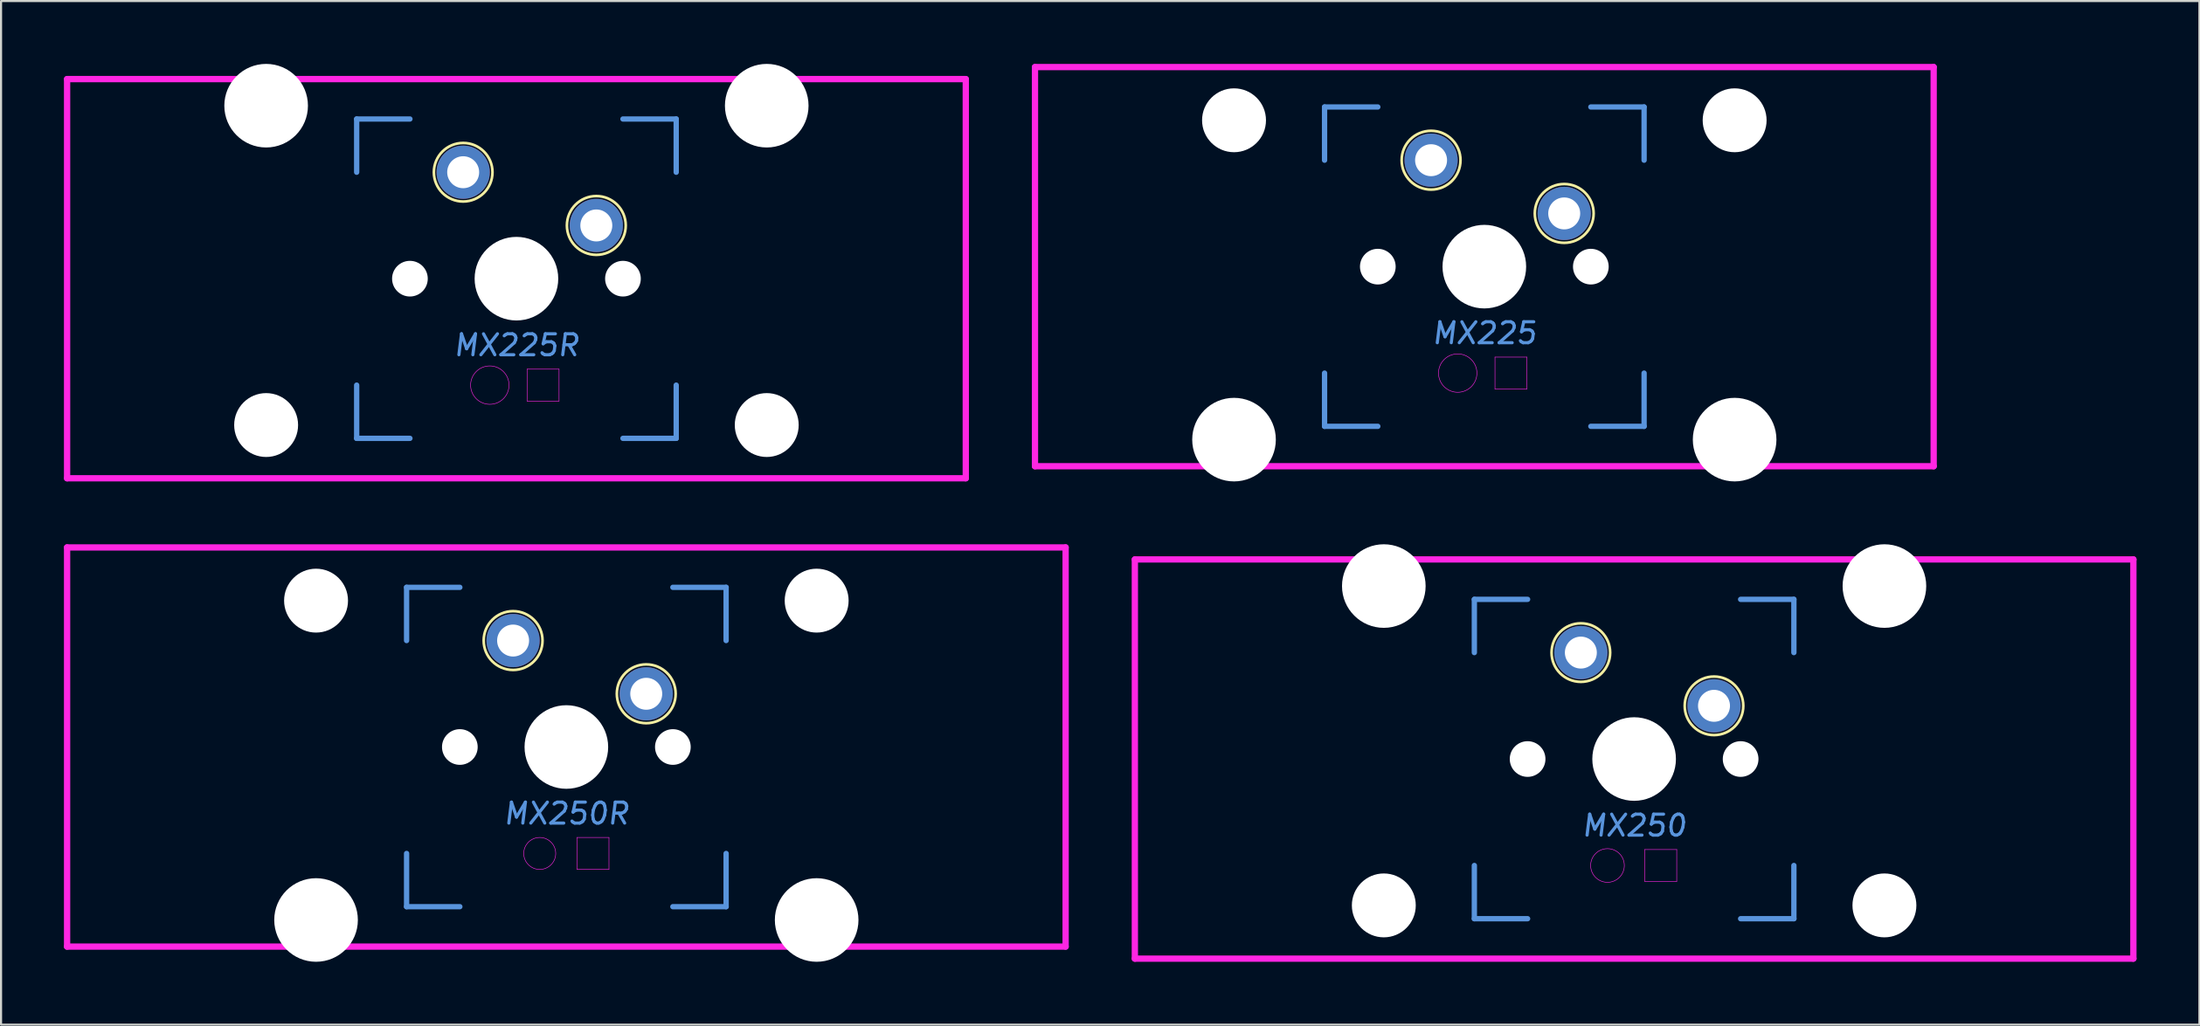
<source format=kicad_pcb>
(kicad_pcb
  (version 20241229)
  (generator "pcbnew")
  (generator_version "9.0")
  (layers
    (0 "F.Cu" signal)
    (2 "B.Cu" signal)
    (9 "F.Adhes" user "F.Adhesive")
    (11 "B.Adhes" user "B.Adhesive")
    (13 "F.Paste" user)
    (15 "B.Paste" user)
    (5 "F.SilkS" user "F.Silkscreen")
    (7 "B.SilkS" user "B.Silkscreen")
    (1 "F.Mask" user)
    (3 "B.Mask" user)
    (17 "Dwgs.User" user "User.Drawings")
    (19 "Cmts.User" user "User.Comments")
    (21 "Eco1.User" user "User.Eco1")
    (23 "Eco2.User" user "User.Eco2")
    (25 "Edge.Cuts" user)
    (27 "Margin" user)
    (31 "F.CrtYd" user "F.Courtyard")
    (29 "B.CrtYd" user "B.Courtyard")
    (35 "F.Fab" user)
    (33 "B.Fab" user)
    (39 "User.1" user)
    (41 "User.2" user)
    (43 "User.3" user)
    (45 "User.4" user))
  (footprint "MX250R"
    (layer "F.Cu")
    (at 23.962 32.599)
    (property "Reference" "MX250R" (at 0 3.175 0) (layer "Cmts.User") (effects (font (size 1 1) (thickness 0.15) (italic yes))))
    (attr through_hole)
    (fp_circle (center -2.54 -5.08) (end -1.143 -4.953) (stroke (width 0.127) (type solid)) (fill no) (layer "F.SilkS"))
    (fp_circle (center 3.81 -2.54) (end 5.207 -2.413) (stroke (width 0.127) (type solid)) (fill no) (layer "F.SilkS"))
    (fp_line (start -7.62 -7.62) (end -7.62 -5.08) (stroke (width 0.254) (type solid)) (layer "Cmts.User"))
    (fp_line (start -7.62 -7.62) (end -5.08 -7.62) (stroke (width 0.254) (type solid)) (layer "Cmts.User"))
    (fp_line (start -7.62 7.62) (end -7.62 5.08) (stroke (width 0.254) (type solid)) (layer "Cmts.User"))
    (fp_line (start -7.62 7.62) (end -5.08 7.62) (stroke (width 0.254) (type solid)) (layer "Cmts.User"))
    (fp_line (start 7.62 -7.62) (end 5.08 -7.62) (stroke (width 0.254) (type solid)) (layer "Cmts.User"))
    (fp_line (start 7.62 -7.62) (end 7.62 -5.08) (stroke (width 0.254) (type solid)) (layer "Cmts.User"))
    (fp_line (start 7.62 7.62) (end 5.08 7.62) (stroke (width 0.254) (type solid)) (layer "Cmts.User"))
    (fp_line (start 7.62 7.62) (end 7.62 5.08) (stroke (width 0.254) (type solid)) (layer "Cmts.User"))
    (fp_line (start -23.812 -9.525) (end -23.812 9.525) (stroke (width 0.3) (type solid)) (layer "F.CrtYd"))
    (fp_line (start -23.812 -9.525) (end 23.812 -9.525) (stroke (width 0.3) (type solid)) (layer "F.CrtYd"))
    (fp_line (start -23.812 9.525) (end 23.812 9.525) (stroke (width 0.3) (type solid)) (layer "F.CrtYd"))
    (fp_line (start 0.508 4.318) (end 0.508 5.842) (stroke (width 0.025) (type solid)) (layer "F.CrtYd"))
    (fp_line (start 0.508 5.842) (end 2.032 5.842) (stroke (width 0.025) (type solid)) (layer "F.CrtYd"))
    (fp_line (start 2.032 4.318) (end 0.508 4.318) (stroke (width 0.025) (type solid)) (layer "F.CrtYd"))
    (fp_line (start 2.032 5.842) (end 2.032 4.318) (stroke (width 0.025) (type solid)) (layer "F.CrtYd"))
    (fp_line (start 23.812 -9.525) (end 23.812 9.525) (stroke (width 0.3) (type solid)) (layer "F.CrtYd"))
    (fp_circle (center -1.27 5.08) (end -0.508 5.08) (stroke (width 0.025) (type solid)) (fill no) (layer "F.CrtYd"))
    (pad "" np_thru_hole circle (at -11.938 -6.985) (size 3.048 3.048) (drill 3.048) (layers "*.Cu" "*.Mask"))
    (pad "" np_thru_hole circle (at -11.938 8.255) (size 3.988 3.988) (drill 3.988) (layers "*.Cu" "*.Mask"))
    (pad "" np_thru_hole circle (at -5.08 0) (size 1.702 1.702) (drill 1.702) (layers "*.Cu" "*.Mask"))
    (pad "" np_thru_hole circle (at 0 0) (size 3.988 3.988) (drill 3.988) (layers "*.Cu" "*.Mask"))
    (pad "" np_thru_hole circle (at 5.08 0) (size 1.702 1.702) (drill 1.702) (layers "*.Cu" "*.Mask"))
    (pad "" np_thru_hole circle (at 11.938 -6.985) (size 3.048 3.048) (drill 3.048) (layers "*.Cu" "*.Mask"))
    (pad "" np_thru_hole circle (at 11.938 8.255) (size 3.988 3.988) (drill 3.988) (layers "*.Cu" "*.Mask"))
    (pad "1" thru_hole circle (at -2.54 -5.08) (size 2.54 2.54) (drill 1.524) (layers "*.Cu" "*.Mask"))
    (pad "2" thru_hole circle (at 3.81 -2.54) (size 2.54 2.54) (drill 1.524) (layers "*.Cu" "*.Mask")))
  (footprint "MX225R"
    (layer "F.Cu")
    (at 21.581 10.249)
    (property "Reference" "MX225R" (at 0 3.175 0) (layer "Cmts.User") (effects (font (size 1 1) (thickness 0.15) (italic yes))))
    (attr through_hole)
    (fp_circle (center -2.54 -5.08) (end -1.143 -5.08) (stroke (width 0.127) (type solid)) (fill no) (layer "F.SilkS"))
    (fp_circle (center 3.81 -2.54) (end 5.207 -2.413) (stroke (width 0.127) (type solid)) (fill no) (layer "F.SilkS"))
    (fp_line (start -7.62 -7.62) (end -7.62 -5.08) (stroke (width 0.254) (type solid)) (layer "Cmts.User"))
    (fp_line (start -7.62 -7.62) (end -5.08 -7.62) (stroke (width 0.254) (type solid)) (layer "Cmts.User"))
    (fp_line (start -7.62 7.62) (end -7.62 5.08) (stroke (width 0.254) (type solid)) (layer "Cmts.User"))
    (fp_line (start -7.62 7.62) (end -5.08 7.62) (stroke (width 0.254) (type solid)) (layer "Cmts.User"))
    (fp_line (start 7.62 -7.62) (end 5.08 -7.62) (stroke (width 0.254) (type solid)) (layer "Cmts.User"))
    (fp_line (start 7.62 -7.62) (end 7.62 -5.08) (stroke (width 0.254) (type solid)) (layer "Cmts.User"))
    (fp_line (start 7.62 7.62) (end 5.08 7.62) (stroke (width 0.254) (type solid)) (layer "Cmts.User"))
    (fp_line (start 7.62 7.62) (end 7.62 5.08) (stroke (width 0.254) (type solid)) (layer "Cmts.User"))
    (fp_line (start -21.431 -9.525) (end -21.431 9.525) (stroke (width 0.3) (type solid)) (layer "F.CrtYd"))
    (fp_line (start -21.431 -9.525) (end 21.431 -9.525) (stroke (width 0.3) (type solid)) (layer "F.CrtYd"))
    (fp_line (start -21.431 9.525) (end 21.431 9.525) (stroke (width 0.3) (type solid)) (layer "F.CrtYd"))
    (fp_line (start 0.508 4.318) (end 2.032 4.318) (stroke (width 0.025) (type solid)) (layer "F.CrtYd"))
    (fp_line (start 0.508 5.842) (end 0.508 4.318) (stroke (width 0.025) (type solid)) (layer "F.CrtYd"))
    (fp_line (start 2.032 4.318) (end 2.032 5.842) (stroke (width 0.025) (type solid)) (layer "F.CrtYd"))
    (fp_line (start 2.032 5.842) (end 0.508 5.842) (stroke (width 0.025) (type solid)) (layer "F.CrtYd"))
    (fp_line (start 21.431 -9.525) (end 21.431 9.525) (stroke (width 0.3) (type solid)) (layer "F.CrtYd"))
    (fp_circle (center -1.27 5.08) (end -0.762 5.842) (stroke (width 0.025) (type solid)) (fill no) (layer "F.CrtYd"))
    (pad "" np_thru_hole circle (at -11.938 -8.255) (size 3.988 3.988) (drill 3.988) (layers "*.Cu" "*.Mask"))
    (pad "" np_thru_hole circle (at -11.938 6.985) (size 3.048 3.048) (drill 3.048) (layers "*.Cu" "*.Mask"))
    (pad "" np_thru_hole circle (at -5.08 0) (size 1.702 1.702) (drill 1.702) (layers "*.Cu" "*.Mask"))
    (pad "" np_thru_hole circle (at 0 0) (size 3.988 3.988) (drill 3.988) (layers "*.Cu" "*.Mask"))
    (pad "" np_thru_hole circle (at 5.08 0) (size 1.702 1.702) (drill 1.702) (layers "*.Cu" "*.Mask"))
    (pad "" np_thru_hole circle (at 11.938 -8.255) (size 3.988 3.988) (drill 3.988) (layers "*.Cu" "*.Mask"))
    (pad "" np_thru_hole circle (at 11.938 6.985) (size 3.048 3.048) (drill 3.048) (layers "*.Cu" "*.Mask"))
    (pad "1" thru_hole circle (at -2.54 -5.08) (size 2.54 2.54) (drill 1.524) (layers "*.Cu" "*.Mask"))
    (pad "2" thru_hole circle (at 3.81 -2.54) (size 2.54 2.54) (drill 1.524) (layers "*.Cu" "*.Mask")))
  (footprint "MX250"
    (layer "F.Cu")
    (at 74.888 33.173)
    (property "Reference" "MX250" (at 0 3.175 0) (layer "Cmts.User") (effects (font (size 1 1) (thickness 0.15) (italic yes))))
    (attr through_hole)
    (fp_circle (center -2.54 -5.08) (end -1.143 -5.08) (stroke (width 0.127) (type solid)) (fill no) (layer "F.SilkS"))
    (fp_circle (center 3.81 -2.54) (end 5.207 -2.54) (stroke (width 0.127) (type solid)) (fill no) (layer "F.SilkS"))
    (fp_line (start -7.62 -7.62) (end -7.62 -5.08) (stroke (width 0.254) (type solid)) (layer "Cmts.User"))
    (fp_line (start -7.62 -7.62) (end -5.08 -7.62) (stroke (width 0.254) (type solid)) (layer "Cmts.User"))
    (fp_line (start -7.62 7.62) (end -7.62 5.08) (stroke (width 0.254) (type solid)) (layer "Cmts.User"))
    (fp_line (start -7.62 7.62) (end -5.08 7.62) (stroke (width 0.254) (type solid)) (layer "Cmts.User"))
    (fp_line (start 7.62 -7.62) (end 5.08 -7.62) (stroke (width 0.254) (type solid)) (layer "Cmts.User"))
    (fp_line (start 7.62 -7.62) (end 7.62 -5.08) (stroke (width 0.254) (type solid)) (layer "Cmts.User"))
    (fp_line (start 7.62 7.62) (end 5.08 7.62) (stroke (width 0.254) (type solid)) (layer "Cmts.User"))
    (fp_line (start 7.62 7.62) (end 7.62 5.08) (stroke (width 0.254) (type solid)) (layer "Cmts.User"))
    (fp_line (start -23.812 -9.525) (end -23.812 9.525) (stroke (width 0.3) (type solid)) (layer "F.CrtYd"))
    (fp_line (start -23.812 -9.525) (end 23.812 -9.525) (stroke (width 0.3) (type solid)) (layer "F.CrtYd"))
    (fp_line (start -23.812 9.525) (end 23.812 9.525) (stroke (width 0.3) (type solid)) (layer "F.CrtYd"))
    (fp_line (start 0.508 4.318) (end 2.032 4.318) (stroke (width 0.025) (type solid)) (layer "F.CrtYd"))
    (fp_line (start 0.508 5.842) (end 0.508 4.318) (stroke (width 0.025) (type solid)) (layer "F.CrtYd"))
    (fp_line (start 2.032 4.318) (end 2.032 5.842) (stroke (width 0.025) (type solid)) (layer "F.CrtYd"))
    (fp_line (start 2.032 5.842) (end 0.508 5.842) (stroke (width 0.025) (type solid)) (layer "F.CrtYd"))
    (fp_line (start 23.812 -9.525) (end 23.812 9.525) (stroke (width 0.3) (type solid)) (layer "F.CrtYd"))
    (fp_circle (center -1.27 5.08) (end -0.508 5.334) (stroke (width 0.025) (type solid)) (fill no) (layer "F.CrtYd"))
    (pad "" np_thru_hole circle (at -11.938 -8.255) (size 3.988 3.988) (drill 3.988) (layers "*.Cu" "*.Mask"))
    (pad "" np_thru_hole circle (at -11.938 6.985) (size 3.048 3.048) (drill 3.048) (layers "*.Cu" "*.Mask"))
    (pad "" np_thru_hole circle (at -5.08 0) (size 1.702 1.702) (drill 1.702) (layers "*.Cu" "*.Mask"))
    (pad "" np_thru_hole circle (at 0 0) (size 3.988 3.988) (drill 3.988) (layers "*.Cu" "*.Mask"))
    (pad "" np_thru_hole circle (at 5.08 0) (size 1.702 1.702) (drill 1.702) (layers "*.Cu" "*.Mask"))
    (pad "" np_thru_hole circle (at 11.938 -8.255) (size 3.988 3.988) (drill 3.988) (layers "*.Cu" "*.Mask"))
    (pad "" np_thru_hole circle (at 11.938 6.985) (size 3.048 3.048) (drill 3.048) (layers "*.Cu" "*.Mask"))
    (pad "1" thru_hole circle (at -2.54 -5.08) (size 2.54 2.54) (drill 1.524) (layers "*.Cu" "*.Mask"))
    (pad "2" thru_hole circle (at 3.81 -2.54) (size 2.54 2.54) (drill 1.524) (layers "*.Cu" "*.Mask")))
  (footprint "MX225"
    (layer "F.Cu")
    (at 67.744 9.675)
    (property "Reference" "MX225" (at 0 3.175 0) (layer "Cmts.User") (effects (font (size 1 1) (thickness 0.15) (italic yes))))
    (attr through_hole)
    (fp_circle (center -2.54 -5.08) (end -1.143 -4.953) (stroke (width 0.127) (type solid)) (fill no) (layer "F.SilkS"))
    (fp_circle (center 3.81 -2.54) (end 5.207 -2.413) (stroke (width 0.127) (type solid)) (fill no) (layer "F.SilkS"))
    (fp_line (start -7.62 -7.62) (end -7.62 -5.08) (stroke (width 0.254) (type solid)) (layer "Cmts.User"))
    (fp_line (start -7.62 -7.62) (end -5.08 -7.62) (stroke (width 0.254) (type solid)) (layer "Cmts.User"))
    (fp_line (start -7.62 7.62) (end -7.62 5.08) (stroke (width 0.254) (type solid)) (layer "Cmts.User"))
    (fp_line (start -7.62 7.62) (end -5.08 7.62) (stroke (width 0.254) (type solid)) (layer "Cmts.User"))
    (fp_line (start 7.62 -7.62) (end 5.08 -7.62) (stroke (width 0.254) (type solid)) (layer "Cmts.User"))
    (fp_line (start 7.62 -7.62) (end 7.62 -5.08) (stroke (width 0.254) (type solid)) (layer "Cmts.User"))
    (fp_line (start 7.62 7.62) (end 5.08 7.62) (stroke (width 0.254) (type solid)) (layer "Cmts.User"))
    (fp_line (start 7.62 7.62) (end 7.62 5.08) (stroke (width 0.254) (type solid)) (layer "Cmts.User"))
    (fp_line (start -21.431 -9.525) (end -21.431 9.525) (stroke (width 0.3) (type solid)) (layer "F.CrtYd"))
    (fp_line (start -21.431 -9.525) (end 21.431 -9.525) (stroke (width 0.3) (type solid)) (layer "F.CrtYd"))
    (fp_line (start -21.431 9.525) (end 21.431 9.525) (stroke (width 0.3) (type solid)) (layer "F.CrtYd"))
    (fp_line (start 0.508 4.318) (end 2.032 4.318) (stroke (width 0.025) (type solid)) (layer "F.CrtYd"))
    (fp_line (start 0.508 5.842) (end 0.508 4.318) (stroke (width 0.025) (type solid)) (layer "F.CrtYd"))
    (fp_line (start 2.032 4.318) (end 2.032 5.842) (stroke (width 0.025) (type solid)) (layer "F.CrtYd"))
    (fp_line (start 2.032 5.842) (end 0.508 5.842) (stroke (width 0.025) (type solid)) (layer "F.CrtYd"))
    (fp_line (start 21.431 -9.525) (end 21.431 9.525) (stroke (width 0.3) (type solid)) (layer "F.CrtYd"))
    (fp_circle (center -1.27 5.08) (end -0.508 5.588) (stroke (width 0.025) (type solid)) (fill no) (layer "F.CrtYd"))
    (pad "" np_thru_hole circle (at -11.938 -6.985) (size 3.048 3.048) (drill 3.048) (layers "*.Cu" "*.Mask"))
    (pad "" np_thru_hole circle (at -11.938 8.255) (size 3.988 3.988) (drill 3.988) (layers "*.Cu" "*.Mask"))
    (pad "" np_thru_hole circle (at -5.08 0) (size 1.702 1.702) (drill 1.702) (layers "*.Cu" "*.Mask"))
    (pad "" np_thru_hole circle (at 0 0) (size 3.988 3.988) (drill 3.988) (layers "*.Cu" "*.Mask"))
    (pad "" np_thru_hole circle (at 5.08 0) (size 1.702 1.702) (drill 1.702) (layers "*.Cu" "*.Mask"))
    (pad "" np_thru_hole circle (at 11.938 -6.985) (size 3.048 3.048) (drill 3.048) (layers "*.Cu" "*.Mask"))
    (pad "" np_thru_hole circle (at 11.938 8.255) (size 3.988 3.988) (drill 3.988) (layers "*.Cu" "*.Mask"))
    (pad "1" thru_hole circle (at -2.54 -5.08) (size 2.54 2.54) (drill 1.524) (layers "*.Cu" "*.Mask"))
    (pad "2" thru_hole circle (at 3.81 -2.54) (size 2.54 2.54) (drill 1.524) (layers "*.Cu" "*.Mask")))
  (gr_rect
    (start -3 -3)
    (end 101.85 45.848)
    (stroke (width 0.1) (type default))
    (fill no)
    (layer "Edge.Cuts")))
</source>
